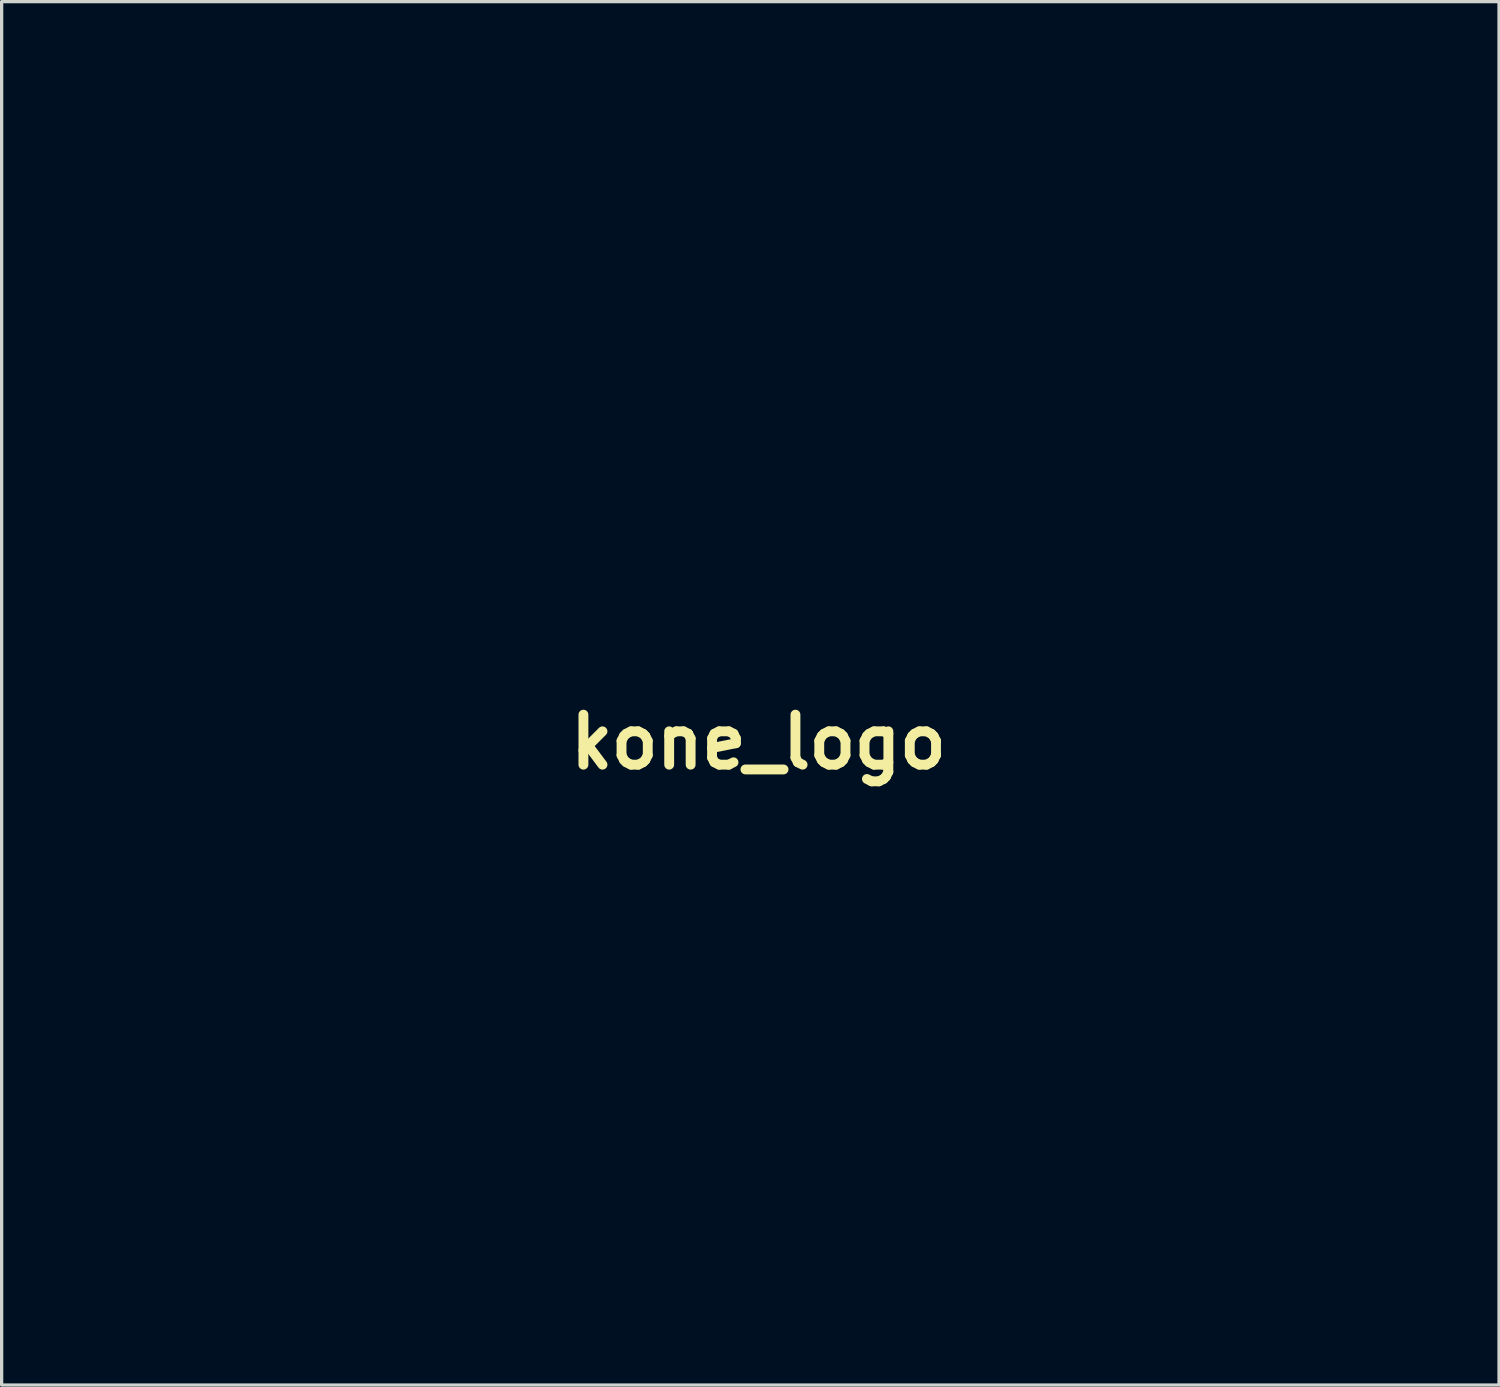
<source format=kicad_pcb>
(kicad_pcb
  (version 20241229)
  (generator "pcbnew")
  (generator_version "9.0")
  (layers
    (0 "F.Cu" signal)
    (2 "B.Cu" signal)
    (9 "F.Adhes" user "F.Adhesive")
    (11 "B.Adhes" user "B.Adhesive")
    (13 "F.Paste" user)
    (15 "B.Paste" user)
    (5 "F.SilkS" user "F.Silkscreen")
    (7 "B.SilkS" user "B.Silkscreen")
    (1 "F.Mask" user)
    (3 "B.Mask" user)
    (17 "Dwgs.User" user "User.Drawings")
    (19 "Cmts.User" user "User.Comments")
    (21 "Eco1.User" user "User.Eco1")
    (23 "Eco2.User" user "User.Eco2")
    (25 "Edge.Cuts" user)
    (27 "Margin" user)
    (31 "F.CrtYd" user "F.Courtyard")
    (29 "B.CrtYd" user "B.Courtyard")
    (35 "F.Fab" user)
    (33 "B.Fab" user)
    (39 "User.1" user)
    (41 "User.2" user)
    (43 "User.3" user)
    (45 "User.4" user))
  (footprint "kone_logo"
    (layer "F.Cu")
    (at 20.057 19.555)
    (property "Reference" "kone_logo" (at 0 0 0) (layer "F.SilkS") (effects (font (size 1.524 1.524) (thickness 0.3))))
    (attr through_hole)
    (fp_poly (pts (xy -11.345 -3.514) (xy -11.388 -3.471) (xy -11.43 -3.514) (xy -11.388 -3.556) (xy -11.345 -3.514)) (stroke (width 0.01) (type solid)) (fill no) (layer "Eco2.User"))
    (fp_poly (pts (xy 17.814 3.528) (xy 17.697 3.667) (xy 17.667 3.725) (xy 17.63 3.783) (xy 17.633 3.69) (xy 17.708 3.538) (xy 17.78 3.493) (xy 17.851 3.49) (xy 17.814 3.528)) (stroke (width 0.01) (type solid)) (fill no) (layer "Eco2.User"))
    (fp_poly (pts (xy -12.873 4.372) (xy -12.748 4.482) (xy -12.522 4.627) (xy -12.285 4.696) (xy -12.06 4.742) (xy -11.909 4.815) (xy -11.744 4.876) (xy -11.664 4.865) (xy -11.542 4.89) (xy -11.489 5.002) (xy -11.404 5.137) (xy -11.311 5.137) (xy -11.171 5.137) (xy -11.129 5.172) (xy -11.017 5.219) (xy -10.915 5.205) (xy -10.8 5.193) (xy -10.805 5.287) (xy -10.806 5.289) (xy -10.792 5.463) (xy -10.653 5.634) (xy -10.429 5.76) (xy -10.329 5.787) (xy -10.147 5.859) (xy -10.059 6.016) (xy -10.039 6.114) (xy -10.017 6.343) (xy -10.009 6.643) (xy -10.012 6.97) (xy -10.026 7.281) (xy -10.048 7.533) (xy -10.078 7.682) (xy -10.096 7.705) (xy -10.153 7.774) (xy -10.16 7.832) (xy -10.206 7.944) (xy -10.245 7.959) (xy -10.308 8.031) (xy -10.329 8.17) (xy -10.36 8.329) (xy -10.418 8.382) (xy -10.48 8.45) (xy -10.481 8.53) (xy -10.51 8.645) (xy -10.604 8.653) (xy -10.729 8.687) (xy -10.753 8.75) (xy -10.821 8.884) (xy -10.88 8.921) (xy -10.992 9.037) (xy -11.007 9.108) (xy -11.056 9.206) (xy -11.142 9.195) (xy -11.271 9.211) (xy -11.319 9.305) (xy -11.446 9.466) (xy -11.722 9.552) (xy -11.952 9.566) (xy -12.135 9.603) (xy -12.221 9.673) (xy -12.279 9.727) (xy -12.354 9.652) (xy -12.426 9.568) (xy -12.445 9.628) (xy -12.446 9.652) (xy -12.467 9.728) (xy -12.516 9.673) (xy -12.599 9.614) (xy -12.732 9.68) (xy -12.747 9.692) (xy -12.969 9.797) (xy -13.197 9.816) (xy -13.374 9.751) (xy -13.436 9.658) (xy -13.52 9.541) (xy -13.597 9.54) (xy -13.717 9.507) (xy -13.795 9.386) (xy -13.855 9.27) (xy -13.879 9.316) (xy -13.88 9.33) (xy -13.939 9.495) (xy -14.068 9.534) (xy -14.159 9.485) (xy -14.295 9.394) (xy -14.518 9.267) (xy -14.647 9.199) (xy -14.879 9.052) (xy -15.029 8.903) (xy -15.058 8.841) (xy -15.138 8.645) (xy -15.22 8.53) (xy -15.292 8.417) (xy -15.274 8.379) (xy -15.272 8.336) (xy -15.362 8.252) (xy -15.45 8.161) (xy -15.426 8.128) (xy -15.344 8.057) (xy -15.325 7.959) (xy -15.364 7.821) (xy -15.42 7.789) (xy -15.464 7.748) (xy -15.409 7.662) (xy -15.348 7.522) (xy -15.403 7.416) (xy -15.459 7.299) (xy -15.408 7.242) (xy -14.328 7.242) (xy -14.283 7.465) (xy -14.197 7.732) (xy -14.07 7.897) (xy -13.889 8.008) (xy -13.669 8.106) (xy -13.503 8.161) (xy -13.48 8.164) (xy -13.338 8.234) (xy -13.311 8.266) (xy -13.167 8.36) (xy -12.914 8.416) (xy -12.609 8.431) (xy -12.308 8.402) (xy -12.068 8.329) (xy -12.05 8.319) (xy -11.885 8.174) (xy -11.814 8.053) (xy -11.696 7.899) (xy -11.597 7.849) (xy -11.456 7.737) (xy -11.43 7.633) (xy -11.39 7.466) (xy -11.34 7.405) (xy -11.283 7.289) (xy -11.292 7.236) (xy -11.275 7.11) (xy -11.235 7.08) (xy -11.199 7.015) (xy -11.281 6.944) (xy -11.39 6.803) (xy -11.471 6.574) (xy -11.483 6.515) (xy -11.544 6.294) (xy -11.629 6.185) (xy -11.649 6.181) (xy -11.78 6.125) (xy -11.952 5.989) (xy -11.973 5.969) (xy -12.204 5.808) (xy -12.5 5.758) (xy -12.528 5.757) (xy -12.789 5.734) (xy -12.997 5.676) (xy -13.027 5.66) (xy -13.148 5.619) (xy -13.306 5.65) (xy -13.547 5.763) (xy -13.618 5.801) (xy -13.893 5.977) (xy -14.038 6.131) (xy -14.055 6.189) (xy -14.1 6.348) (xy -14.145 6.396) (xy -14.2 6.511) (xy -14.188 6.575) (xy -14.194 6.734) (xy -14.259 6.884) (xy -14.327 7.043) (xy -14.328 7.242) (xy -15.408 7.242) (xy -15.401 7.234) (xy -15.36 7.155) (xy -15.46 7.053) (xy -15.565 6.954) (xy -15.53 6.882) (xy -15.498 6.861) (xy -15.422 6.773) (xy -15.45 6.628) (xy -15.476 6.568) (xy -15.532 6.413) (xy -15.484 6.357) (xy -15.365 6.35) (xy -15.191 6.319) (xy -15.173 6.222) (xy -15.261 6.101) (xy -15.31 6.029) (xy -15.271 6.04) (xy -15.157 6.034) (xy -15.055 5.947) (xy -15.026 5.841) (xy -15.043 5.813) (xy -15.034 5.762) (xy -15 5.757) (xy -14.927 5.685) (xy -14.901 5.537) (xy -14.874 5.379) (xy -14.783 5.362) (xy -14.774 5.365) (xy -14.671 5.352) (xy -14.647 5.237) (xy -14.611 5.107) (xy -14.478 5.105) (xy -14.337 5.098) (xy -14.309 5.021) (xy -14.256 4.932) (xy -14.171 4.945) (xy -13.994 4.945) (xy -13.924 4.908) (xy -13.804 4.867) (xy -13.766 4.899) (xy -13.662 4.934) (xy -13.506 4.881) (xy -13.362 4.775) (xy -13.294 4.65) (xy -13.293 4.643) (xy -13.243 4.542) (xy -13.123 4.547) (xy -12.987 4.543) (xy -12.954 4.44) (xy -12.94 4.351) (xy -12.873 4.372)) (stroke (width 0.01) (type solid)) (fill no) (layer "Eco2.User"))
    (fp_poly (pts (xy 0.66 -19.512) (xy 0.772 -19.465) (xy 0.991 -19.44) (xy 1.253 -19.436) (xy 1.498 -19.455) (xy 1.661 -19.496) (xy 1.67 -19.501) (xy 1.768 -19.483) (xy 1.82 -19.39) (xy 1.905 -19.244) (xy 2.001 -19.239) (xy 2.052 -19.322) (xy 2.152 -19.384) (xy 2.355 -19.406) (xy 2.604 -19.393) (xy 2.837 -19.348) (xy 2.996 -19.276) (xy 3.016 -19.255) (xy 3.111 -19.177) (xy 3.205 -19.246) (xy 3.342 -19.317) (xy 3.535 -19.324) (xy 3.713 -19.277) (xy 3.807 -19.185) (xy 3.81 -19.164) (xy 3.844 -19.088) (xy 3.971 -19.13) (xy 4.111 -19.169) (xy 4.184 -19.081) (xy 4.261 -18.996) (xy 4.34 -19.033) (xy 4.483 -19.065) (xy 4.72 -18.986) (xy 4.749 -18.972) (xy 5.04 -18.874) (xy 5.342 -18.834) (xy 5.369 -18.834) (xy 5.585 -18.825) (xy 5.716 -18.788) (xy 5.726 -18.778) (xy 5.834 -18.726) (xy 5.969 -18.711) (xy 6.147 -18.679) (xy 6.224 -18.625) (xy 6.328 -18.578) (xy 6.36 -18.591) (xy 6.471 -18.581) (xy 6.677 -18.512) (xy 6.926 -18.405) (xy 7.167 -18.286) (xy 7.346 -18.177) (xy 7.408 -18.12) (xy 7.515 -18.051) (xy 7.706 -17.991) (xy 7.933 -17.894) (xy 8.168 -17.725) (xy 8.206 -17.689) (xy 8.382 -17.533) (xy 8.517 -17.447) (xy 8.543 -17.441) (xy 8.627 -17.371) (xy 8.741 -17.191) (xy 8.803 -17.065) (xy 8.921 -16.833) (xy 9.027 -16.671) (xy 9.065 -16.634) (xy 9.119 -16.518) (xy 9.106 -16.448) (xy 9.112 -16.278) (xy 9.154 -16.202) (xy 9.209 -16.039) (xy 9.205 -15.805) (xy 9.204 -15.8) (xy 9.197 -15.581) (xy 9.241 -15.432) (xy 9.247 -15.425) (xy 9.292 -15.277) (xy 9.267 -15.182) (xy 9.237 -15.035) (xy 9.21 -14.763) (xy 9.192 -14.411) (xy 9.186 -14.176) (xy 9.174 -13.804) (xy 9.153 -13.493) (xy 9.127 -13.282) (xy 9.109 -13.219) (xy 9.1 -13.073) (xy 9.136 -13.006) (xy 9.195 -12.892) (xy 9.187 -12.856) (xy 9.181 -12.756) (xy 9.219 -12.565) (xy 9.225 -12.542) (xy 9.264 -12.34) (xy 9.221 -12.241) (xy 9.182 -12.221) (xy 9.068 -12.131) (xy 9.113 -12.033) (xy 9.214 -11.985) (xy 9.323 -11.901) (xy 9.336 -11.721) (xy 9.331 -11.682) (xy 9.282 -11.487) (xy 9.22 -11.382) (xy 9.201 -11.283) (xy 9.248 -11.095) (xy 9.268 -11.042) (xy 9.337 -10.816) (xy 9.347 -10.639) (xy 9.342 -10.62) (xy 9.36 -10.469) (xy 9.427 -10.389) (xy 9.534 -10.216) (xy 9.488 -9.988) (xy 9.452 -9.923) (xy 9.441 -9.771) (xy 9.483 -9.694) (xy 9.543 -9.554) (xy 9.531 -9.492) (xy 9.55 -9.39) (xy 9.625 -9.327) (xy 9.722 -9.238) (xy 9.668 -9.121) (xy 9.664 -9.116) (xy 9.601 -8.983) (xy 9.659 -8.825) (xy 9.668 -8.812) (xy 9.779 -8.677) (xy 9.851 -8.636) (xy 9.89 -8.574) (xy 9.876 -8.512) (xy 9.879 -8.374) (xy 9.914 -8.335) (xy 9.976 -8.217) (xy 9.975 -8.14) (xy 10.005 -7.982) (xy 10.112 -7.774) (xy 10.14 -7.733) (xy 10.263 -7.538) (xy 10.327 -7.393) (xy 10.329 -7.374) (xy 10.389 -7.285) (xy 10.414 -7.281) (xy 10.483 -7.211) (xy 10.499 -7.117) (xy 10.538 -6.955) (xy 10.583 -6.9) (xy 10.65 -6.783) (xy 10.668 -6.652) (xy 10.72 -6.451) (xy 10.795 -6.35) (xy 10.903 -6.204) (xy 10.922 -6.125) (xy 10.99 -5.993) (xy 11.049 -5.957) (xy 11.148 -5.844) (xy 11.176 -5.707) (xy 11.243 -5.505) (xy 11.345 -5.399) (xy 11.477 -5.29) (xy 11.515 -5.222) (xy 11.57 -5.124) (xy 11.708 -4.961) (xy 11.772 -4.894) (xy 11.943 -4.676) (xy 12.007 -4.487) (xy 12.005 -4.465) (xy 12.046 -4.307) (xy 12.232 -4.168) (xy 12.254 -4.157) (xy 12.47 -3.996) (xy 12.529 -3.831) (xy 12.573 -3.683) (xy 12.645 -3.641) (xy 12.801 -3.576) (xy 12.938 -3.427) (xy 13.003 -3.262) (xy 12.996 -3.204) (xy 13.031 -3.086) (xy 13.232 -2.97) (xy 13.244 -2.966) (xy 13.449 -2.861) (xy 13.574 -2.754) (xy 13.583 -2.737) (xy 13.695 -2.636) (xy 13.756 -2.625) (xy 13.863 -2.555) (xy 13.885 -2.465) (xy 13.962 -2.314) (xy 14.097 -2.251) (xy 14.272 -2.147) (xy 14.309 -2.03) (xy 14.353 -1.893) (xy 14.415 -1.861) (xy 14.54 -1.803) (xy 14.706 -1.664) (xy 14.726 -1.644) (xy 14.925 -1.493) (xy 15.086 -1.468) (xy 15.221 -1.448) (xy 15.293 -1.3) (xy 15.407 -1.119) (xy 15.6 -1.041) (xy 15.802 -0.955) (xy 15.896 -0.836) (xy 16.013 -0.703) (xy 16.234 -0.626) (xy 16.475 -0.536) (xy 16.573 -0.412) (xy 16.67 -0.277) (xy 16.753 -0.248) (xy 17.087 -0.199) (xy 17.267 -0.091) (xy 17.275 -0.079) (xy 17.38 -0.018) (xy 17.423 -0.031) (xy 17.551 -0.032) (xy 17.742 0.038) (xy 17.75 0.042) (xy 17.965 0.132) (xy 18.134 0.169) (xy 18.27 0.235) (xy 18.431 0.394) (xy 18.567 0.585) (xy 18.627 0.748) (xy 18.627 0.754) (xy 18.688 0.843) (xy 18.713 0.847) (xy 18.804 0.917) (xy 18.881 1.058) (xy 18.969 1.215) (xy 19.048 1.27) (xy 19.121 1.34) (xy 19.135 1.422) (xy 19.178 1.598) (xy 19.218 1.658) (xy 19.277 1.789) (xy 19.324 2.016) (xy 19.333 2.096) (xy 19.381 2.356) (xy 19.459 2.56) (xy 19.483 2.594) (xy 19.554 2.714) (xy 19.495 2.772) (xy 19.494 2.772) (xy 19.413 2.875) (xy 19.389 3.013) (xy 19.358 3.168) (xy 19.303 3.217) (xy 19.257 3.293) (xy 19.263 3.5) (xy 19.271 3.556) (xy 19.283 3.852) (xy 19.223 4.017) (xy 19.159 4.157) (xy 19.169 4.221) (xy 19.148 4.313) (xy 19.086 4.351) (xy 18.994 4.459) (xy 19.008 4.575) (xy 19 4.786) (xy 18.885 5.05) (xy 18.775 5.278) (xy 18.773 5.423) (xy 18.797 5.463) (xy 18.843 5.579) (xy 18.797 5.63) (xy 18.742 5.747) (xy 18.754 5.842) (xy 18.757 5.994) (xy 18.718 6.049) (xy 18.671 6.161) (xy 18.685 6.234) (xy 18.675 6.383) (xy 18.627 6.434) (xy 18.544 6.56) (xy 18.497 6.768) (xy 18.497 6.768) (xy 18.437 7.012) (xy 18.334 7.192) (xy 18.246 7.327) (xy 18.292 7.411) (xy 18.295 7.413) (xy 18.342 7.49) (xy 18.253 7.582) (xy 18.169 7.687) (xy 18.193 7.74) (xy 18.217 7.841) (xy 18.163 8.011) (xy 18.056 8.188) (xy 17.934 8.307) (xy 17.87 8.396) (xy 17.919 8.47) (xy 17.953 8.607) (xy 17.901 8.797) (xy 17.794 8.97) (xy 17.665 9.058) (xy 17.647 9.059) (xy 17.538 9.129) (xy 17.513 9.207) (xy 17.497 9.409) (xy 17.492 9.476) (xy 17.414 9.602) (xy 17.356 9.631) (xy 17.135 9.696) (xy 17.047 9.746) (xy 17.06 9.81) (xy 17.099 9.859) (xy 17.156 10.01) (xy 17.106 10.155) (xy 17.049 10.288) (xy 17.053 10.329) (xy 17.031 10.383) (xy 16.923 10.514) (xy 16.898 10.541) (xy 16.737 10.686) (xy 16.608 10.752) (xy 16.6 10.753) (xy 16.537 10.817) (xy 16.552 10.922) (xy 16.548 11.086) (xy 16.469 11.145) (xy 16.372 11.242) (xy 16.373 11.309) (xy 16.34 11.408) (xy 16.23 11.446) (xy 16.08 11.516) (xy 16.036 11.599) (xy 16.024 11.787) (xy 16.015 11.917) (xy 15.958 12.066) (xy 15.793 12.107) (xy 15.64 12.142) (xy 15.626 12.217) (xy 15.592 12.333) (xy 15.455 12.482) (xy 15.414 12.513) (xy 15.242 12.683) (xy 15.209 12.825) (xy 15.21 12.827) (xy 15.196 12.93) (xy 15.08 12.954) (xy 14.935 13.006) (xy 14.899 13.145) (xy 14.84 13.383) (xy 14.7 13.564) (xy 14.532 13.631) (xy 14.412 13.674) (xy 14.393 13.716) (xy 14.325 13.791) (xy 14.266 13.801) (xy 14.154 13.868) (xy 14.139 13.928) (xy 14.069 14.031) (xy 13.97 14.055) (xy 13.833 14.101) (xy 13.801 14.165) (xy 13.761 14.351) (xy 13.666 14.55) (xy 13.553 14.696) (xy 13.483 14.731) (xy 13.385 14.783) (xy 13.377 14.813) (xy 13.314 14.894) (xy 13.155 15.032) (xy 12.947 15.191) (xy 12.738 15.336) (xy 12.575 15.431) (xy 12.518 15.451) (xy 12.429 15.508) (xy 12.282 15.647) (xy 12.247 15.684) (xy 12.071 15.838) (xy 11.917 15.915) (xy 11.897 15.917) (xy 11.752 15.986) (xy 11.715 16.044) (xy 11.613 16.157) (xy 11.557 16.171) (xy 11.436 16.24) (xy 11.396 16.308) (xy 11.329 16.397) (xy 11.218 16.34) (xy 11.217 16.34) (xy 11.07 16.282) (xy 10.982 16.326) (xy 10.806 16.418) (xy 10.555 16.49) (xy 10.295 16.53) (xy 10.09 16.527) (xy 10.022 16.501) (xy 9.905 16.467) (xy 9.866 16.506) (xy 9.775 16.582) (xy 9.753 16.583) (xy 9.631 16.559) (xy 9.504 16.535) (xy 9.355 16.473) (xy 9.313 16.409) (xy 9.241 16.357) (xy 9.059 16.37) (xy 8.873 16.386) (xy 8.807 16.322) (xy 8.805 16.296) (xy 8.735 16.195) (xy 8.636 16.171) (xy 8.498 16.118) (xy 8.467 16.044) (xy 8.406 15.932) (xy 8.354 15.917) (xy 8.234 15.863) (xy 8.042 15.724) (xy 7.874 15.579) (xy 7.65 15.395) (xy 7.452 15.272) (xy 7.352 15.24) (xy 7.222 15.202) (xy 7.197 15.155) (xy 7.128 15.081) (xy 7.067 15.071) (xy 6.926 15.002) (xy 6.888 14.941) (xy 6.778 14.851) (xy 6.679 14.862) (xy 6.55 14.866) (xy 6.519 14.822) (xy 6.449 14.746) (xy 6.367 14.732) (xy 6.215 14.671) (xy 6.037 14.522) (xy 6.007 14.489) (xy 5.837 14.326) (xy 5.66 14.276) (xy 5.482 14.289) (xy 5.269 14.302) (xy 5.178 14.258) (xy 5.165 14.193) (xy 5.09 14.077) (xy 4.932 14.042) (xy 4.71 14.029) (xy 4.573 14.02) (xy 4.45 13.942) (xy 4.42 13.872) (xy 4.325 13.752) (xy 4.142 13.669) (xy 3.954 13.654) (xy 3.891 13.676) (xy 3.756 13.682) (xy 3.704 13.657) (xy 3.522 13.588) (xy 3.471 13.58) (xy 3.282 13.568) (xy 3.16 13.559) (xy 2.983 13.475) (xy 2.919 13.371) (xy 2.86 13.251) (xy 2.769 13.279) (xy 2.723 13.317) (xy 2.511 13.448) (xy 2.313 13.489) (xy 2.181 13.432) (xy 2.164 13.402) (xy 2.057 13.316) (xy 1.981 13.326) (xy 1.818 13.344) (xy 1.763 13.326) (xy 1.636 13.293) (xy 1.4 13.264) (xy 1.202 13.25) (xy 0.937 13.222) (xy 0.751 13.173) (xy 0.694 13.132) (xy 0.611 13.056) (xy 0.491 13.043) (xy 0.424 13.103) (xy 0.423 13.11) (xy 0.349 13.149) (xy 0.163 13.166) (xy -0.079 13.162) (xy -0.32 13.139) (xy -0.503 13.098) (xy -0.525 13.089) (xy -0.687 13.058) (xy -0.752 13.075) (xy -0.864 13.065) (xy -0.892 13.035) (xy -0.988 13.003) (xy -1.095 13.076) (xy -1.227 13.159) (xy -1.294 13.155) (xy -1.418 13.112) (xy -1.645 13.089) (xy -1.921 13.085) (xy -2.19 13.1) (xy -2.399 13.132) (xy -2.491 13.179) (xy -2.598 13.247) (xy -2.855 13.268) (xy -3.005 13.264) (xy -3.345 13.269) (xy -3.54 13.327) (xy -3.576 13.359) (xy -3.668 13.428) (xy -3.761 13.359) (xy -3.79 13.321) (xy -3.89 13.218) (xy -3.972 13.252) (xy -4.006 13.293) (xy -4.156 13.381) (xy -4.378 13.417) (xy -4.379 13.417) (xy -4.579 13.443) (xy -4.69 13.511) (xy -4.692 13.516) (xy -4.793 13.58) (xy -4.905 13.573) (xy -5.049 13.575) (xy -5.08 13.631) (xy -5.148 13.697) (xy -5.292 13.681) (xy -5.448 13.664) (xy -5.503 13.694) (xy -5.578 13.776) (xy -5.769 13.874) (xy -6.029 13.967) (xy -6.244 14.021) (xy -6.503 14.12) (xy -6.736 14.278) (xy -6.899 14.402) (xy -7.014 14.441) (xy -7.024 14.437) (xy -7.141 14.443) (xy -7.326 14.515) (xy -7.336 14.52) (xy -7.54 14.609) (xy -7.69 14.647) (xy -7.845 14.7) (xy -7.919 14.753) (xy -8.141 14.945) (xy -8.276 15.039) (xy -8.355 15.058) (xy -8.358 15.058) (xy -8.571 15.079) (xy -8.803 15.193) (xy -8.969 15.358) (xy -8.978 15.373) (xy -9.114 15.523) (xy -9.341 15.685) (xy -9.601 15.828) (xy -9.839 15.918) (xy -9.976 15.931) (xy -10.134 15.959) (xy -10.201 16.001) (xy -10.318 16.05) (xy -10.373 16.001) (xy -10.463 15.962) (xy -10.572 16.034) (xy -10.73 16.112) (xy -10.992 16.179) (xy -11.22 16.213) (xy -11.521 16.249) (xy -11.773 16.288) (xy -11.887 16.312) (xy -12.002 16.32) (xy -12.009 16.215) (xy -12.001 16.181) (xy -11.996 16.046) (xy -12.111 16.003) (xy -12.157 16.002) (xy -12.342 15.96) (xy -12.52 15.86) (xy -12.638 15.74) (xy -12.648 15.648) (xy -12.682 15.568) (xy -12.801 15.497) (xy -13.07 15.351) (xy -13.237 15.193) (xy -13.275 15.063) (xy -13.302 14.957) (xy -13.335 14.943) (xy -13.6 14.88) (xy -13.754 14.764) (xy -13.775 14.644) (xy -13.792 14.51) (xy -13.916 14.462) (xy -14.06 14.407) (xy -14.097 14.349) (xy -14.152 14.216) (xy -14.282 14.066) (xy -14.433 13.951) (xy -14.548 13.92) (xy -14.557 13.924) (xy -14.655 13.906) (xy -14.705 13.827) (xy -14.802 13.66) (xy -14.959 13.471) (xy -14.961 13.469) (xy -15.093 13.277) (xy -15.138 13.095) (xy -15.137 13.088) (xy -15.157 12.954) (xy -15.216 12.932) (xy -15.333 12.883) (xy -15.41 12.784) (xy -15.535 12.649) (xy -15.633 12.615) (xy -15.727 12.562) (xy -15.717 12.489) (xy -15.748 12.367) (xy -15.936 12.228) (xy -16.009 12.188) (xy -16.241 12.036) (xy -16.336 11.893) (xy -16.336 11.87) (xy -16.354 11.642) (xy -16.431 11.447) (xy -16.54 11.348) (xy -16.562 11.345) (xy -16.662 11.276) (xy -16.682 11.197) (xy -16.74 11.047) (xy -16.884 10.856) (xy -16.937 10.801) (xy -17.117 10.57) (xy -17.14 10.399) (xy -17.144 10.271) (xy -17.23 10.245) (xy -17.327 10.197) (xy -17.316 10.082) (xy -17.316 9.949) (xy -17.45 9.892) (xy -17.459 9.891) (xy -17.613 9.838) (xy -17.66 9.779) (xy -17.699 9.634) (xy -17.731 9.55) (xy -17.758 9.381) (xy -17.737 9.312) (xy -17.757 9.22) (xy -17.862 9.169) (xy -17.996 9.093) (xy -18 8.936) (xy -17.998 8.927) (xy -17.999 8.759) (xy -18.114 8.68) (xy -18.233 8.587) (xy -18.232 8.505) (xy -18.238 8.399) (xy -18.279 8.382) (xy -18.35 8.31) (xy -18.373 8.175) (xy -18.404 7.996) (xy -18.459 7.915) (xy -18.506 7.812) (xy -18.494 7.78) (xy -18.497 7.653) (xy -18.541 7.579) (xy -18.609 7.405) (xy -18.612 7.265) (xy -18.632 7.104) (xy -18.759 7.045) (xy -18.872 7.002) (xy -18.913 6.887) (xy -18.907 6.685) (xy -18.906 6.46) (xy -18.956 6.363) (xy -19.014 6.35) (xy -19.107 6.298) (xy -19.096 6.193) (xy -19.099 6.012) (xy -19.174 5.793) (xy -19.175 5.791) (xy -19.267 5.561) (xy -19.303 5.365) (xy -19.367 5.201) (xy -19.456 5.145) (xy -19.565 5.041) (xy -19.6 4.848) (xy -19.551 4.636) (xy -19.526 4.589) (xy -19.519 4.499) (xy -19.555 4.487) (xy -19.608 4.418) (xy -19.596 4.287) (xy -19.597 4.104) (xy -19.677 4.036) (xy -19.768 3.929) (xy -19.759 3.854) (xy -19.765 3.684) (xy -19.81 3.601) (xy -19.872 3.46) (xy -19.86 3.396) (xy -19.869 3.285) (xy -19.899 3.258) (xy -19.943 3.161) (xy -18.768 3.161) (xy -18.756 3.211) (xy -18.711 3.217) (xy -18.642 3.186) (xy -18.655 3.161) (xy -18.755 3.151) (xy -18.768 3.161) (xy -19.943 3.161) (xy -19.951 3.143) (xy -19.939 3.048) (xy -19.931 2.899) (xy -19.964 2.847) (xy -20.015 2.738) (xy -20.045 2.53) (xy -20.052 2.292) (xy -20.033 2.09) (xy -20.003 2.021) (xy -18.655 2.021) (xy -18.648 2.284) (xy -18.647 2.305) (xy -18.617 2.62) (xy -18.563 2.903) (xy -18.525 3.022) (xy -18.451 3.222) (xy -18.418 3.354) (xy -18.364 3.492) (xy -18.298 3.586) (xy -18.226 3.771) (xy -18.236 4.07) (xy -18.241 4.102) (xy -18.257 4.417) (xy -18.187 4.644) (xy -18.166 4.679) (xy -18.076 4.889) (xy -18.009 5.171) (xy -17.996 5.269) (xy -17.941 5.683) (xy -17.871 5.952) (xy -17.78 6.098) (xy -17.724 6.132) (xy -17.63 6.25) (xy -17.613 6.413) (xy -17.622 6.684) (xy -17.598 6.813) (xy -17.537 6.822) (xy -17.526 6.816) (xy -17.452 6.816) (xy -17.453 6.903) (xy -17.5 6.973) (xy -17.576 7.122) (xy -17.535 7.245) (xy -17.434 7.281) (xy -17.306 7.335) (xy -17.272 7.495) (xy -17.249 7.646) (xy -17.147 7.673) (xy -17.061 7.655) (xy -16.871 7.662) (xy -16.784 7.783) (xy -16.811 7.989) (xy -16.878 8.129) (xy -16.989 8.334) (xy -17.005 8.435) (xy -16.927 8.466) (xy -16.896 8.467) (xy -16.738 8.539) (xy -16.664 8.745) (xy -16.664 8.901) (xy -16.627 9.1) (xy -16.476 9.332) (xy -16.341 9.482) (xy -16.155 9.702) (xy -16.032 9.9) (xy -16.002 9.998) (xy -15.964 10.131) (xy -15.914 10.16) (xy -15.743 10.235) (xy -15.578 10.424) (xy -15.451 10.674) (xy -15.394 10.933) (xy -15.398 11.028) (xy -15.358 11.154) (xy -15.288 11.176) (xy -15.178 11.246) (xy -15.155 11.34) (xy -15.125 11.54) (xy -15.064 11.742) (xy -14.973 11.98) (xy -14.816 11.788) (xy -14.703 11.66) (xy -14.647 11.659) (xy -14.606 11.766) (xy -14.583 11.94) (xy -14.601 12.016) (xy -14.593 12.126) (xy -14.572 12.144) (xy -14.527 12.254) (xy -14.538 12.361) (xy -14.523 12.497) (xy -14.415 12.53) (xy -14.262 12.449) (xy -14.241 12.429) (xy -14.157 12.37) (xy -14.139 12.429) (xy -14.067 12.505) (xy -13.928 12.531) (xy -13.761 12.571) (xy -13.716 12.698) (xy -13.64 12.856) (xy -13.504 12.919) (xy -13.355 12.989) (xy -13.298 13.135) (xy -13.293 13.26) (xy -13.27 13.452) (xy -13.214 13.545) (xy -13.204 13.547) (xy -13.142 13.614) (xy -13.141 13.695) (xy -13.104 13.818) (xy -12.997 13.843) (xy -12.848 13.903) (xy -12.803 13.982) (xy -12.721 14.083) (xy -12.601 14.076) (xy -12.475 14.067) (xy -12.469 14.164) (xy -12.477 14.19) (xy -12.467 14.338) (xy -12.311 14.452) (xy -12.119 14.514) (xy -11.995 14.515) (xy -11.897 14.559) (xy -11.755 14.711) (xy -11.67 14.831) (xy -11.465 15.086) (xy -11.269 15.205) (xy -11.247 15.209) (xy -10.885 15.252) (xy -10.657 15.271) (xy -10.529 15.262) (xy -10.467 15.223) (xy -10.437 15.149) (xy -10.432 15.13) (xy -10.39 15.013) (xy -10.329 15.044) (xy -10.276 15.113) (xy -10.186 15.216) (xy -10.133 15.179) (xy -10.111 15.126) (xy -10.026 15.006) (xy -9.978 14.986) (xy -9.871 14.929) (xy -9.717 14.791) (xy -9.702 14.774) (xy -9.54 14.63) (xy -9.411 14.563) (xy -9.404 14.563) (xy -9.34 14.498) (xy -9.358 14.386) (xy -9.382 14.264) (xy -9.312 14.266) (xy -9.237 14.304) (xy -9.103 14.356) (xy -9.061 14.296) (xy -9.059 14.26) (xy -9.009 14.162) (xy -8.929 14.171) (xy -8.797 14.147) (xy -8.731 14.039) (xy -8.659 13.924) (xy -8.603 13.956) (xy -8.482 14.057) (xy -8.38 14.025) (xy -8.357 13.881) (xy -8.361 13.864) (xy -8.386 13.734) (xy -8.341 13.738) (xy -8.24 13.822) (xy -8.077 13.918) (xy -7.984 13.86) (xy -7.959 13.692) (xy -7.938 13.579) (xy -7.851 13.616) (xy -7.833 13.631) (xy -7.721 13.687) (xy -7.653 13.596) (xy -7.652 13.594) (xy -7.554 13.495) (xy -7.482 13.497) (xy -7.39 13.473) (xy -7.366 13.332) (xy -7.334 13.196) (xy -7.266 13.115) (xy -7.208 13.126) (xy -7.195 13.187) (xy -7.154 13.307) (xy -7.121 13.366) (xy -7.045 13.426) (xy -6.934 13.365) (xy -6.868 13.303) (xy -6.74 13.151) (xy -6.689 13.048) (xy -6.633 12.958) (xy -6.521 12.918) (xy -6.437 12.95) (xy -6.429 12.978) (xy -6.401 12.99) (xy -6.343 12.879) (xy -6.277 12.741) (xy -6.203 12.738) (xy -6.086 12.836) (xy -5.962 12.932) (xy -5.925 12.905) (xy -5.928 12.869) (xy -5.937 12.665) (xy -5.934 12.615) (xy -5.905 12.544) (xy -5.828 12.612) (xy -5.803 12.645) (xy -5.686 12.732) (xy -5.574 12.738) (xy -5.527 12.671) (xy -5.549 12.609) (xy -5.527 12.542) (xy -5.466 12.531) (xy -5.351 12.596) (xy -5.334 12.658) (xy -5.266 12.77) (xy -5.207 12.785) (xy -5.097 12.716) (xy -5.08 12.649) (xy -5.03 12.553) (xy -4.945 12.564) (xy -4.817 12.548) (xy -4.766 12.446) (xy -4.659 12.306) (xy -4.557 12.277) (xy -4.444 12.313) (xy -4.453 12.374) (xy -4.463 12.432) (xy -4.416 12.412) (xy -4.327 12.282) (xy -4.314 12.208) (xy -4.293 12.13) (xy -4.226 12.188) (xy -4.176 12.255) (xy -4.034 12.416) (xy -3.938 12.415) (xy -3.88 12.251) (xy -3.874 12.213) (xy -3.843 11.98) (xy -3.614 12.488) (xy -3.564 12.24) (xy -3.52 12.075) (xy -3.462 12.055) (xy -3.372 12.134) (xy -3.218 12.259) (xy -3.146 12.237) (xy -3.153 12.066) (xy -3.156 12.049) (xy -3.2 11.821) (xy -3.045 12.026) (xy -2.926 12.166) (xy -2.846 12.167) (xy -2.752 12.025) (xy -2.732 11.988) (xy -2.662 11.878) (xy -2.617 11.92) (xy -2.587 12.009) (xy -2.494 12.166) (xy -2.388 12.165) (xy -2.308 12.012) (xy -2.269 11.893) (xy -2.215 11.897) (xy -2.101 12.029) (xy -2.098 12.033) (xy -1.934 12.234) (xy -1.974 11.98) (xy -1.997 11.81) (xy -1.974 11.794) (xy -1.886 11.917) (xy -1.886 11.917) (xy -1.77 12.058) (xy -1.693 12.107) (xy -1.624 12.036) (xy -1.578 11.917) (xy -1.528 11.726) (xy -1.241 12.134) (xy -1.169 11.938) (xy -1.107 11.802) (xy -1.044 11.816) (xy -0.973 11.904) (xy -0.877 12.012) (xy -0.827 11.974) (xy -0.795 11.871) (xy -0.744 11.738) (xy -0.669 11.747) (xy -0.582 11.821) (xy -0.463 11.898) (xy -0.423 11.866) (xy -0.355 11.78) (xy -0.296 11.769) (xy -0.193 11.839) (xy -0.169 11.938) (xy -0.116 12.077) (xy -0.041 12.107) (xy 0.045 12.065) (xy 0.039 11.913) (xy 0.032 11.883) (xy 0.011 11.729) (xy 0.066 11.715) (xy 0.072 11.719) (xy 0.162 11.849) (xy 0.169 11.901) (xy 0.237 12.009) (xy 0.296 12.023) (xy 0.409 11.971) (xy 0.423 11.928) (xy 0.464 11.882) (xy 0.549 11.937) (xy 0.711 12.004) (xy 0.795 11.996) (xy 0.91 12.025) (xy 0.962 12.131) (xy 1.009 12.312) (xy 1.224 12.11) (xy 1.365 11.995) (xy 1.437 11.968) (xy 1.439 11.976) (xy 1.491 11.988) (xy 1.56 11.943) (xy 1.669 11.896) (xy 1.76 11.991) (xy 1.778 12.023) (xy 1.874 12.143) (xy 1.978 12.116) (xy 1.989 12.108) (xy 2.101 12.067) (xy 2.193 12.166) (xy 2.276 12.266) (xy 2.348 12.219) (xy 2.361 12.199) (xy 2.44 12.13) (xy 2.543 12.185) (xy 2.592 12.232) (xy 2.722 12.321) (xy 2.776 12.288) (xy 2.851 12.196) (xy 2.941 12.252) (xy 2.997 12.383) (xy 3.047 12.514) (xy 3.11 12.492) (xy 3.165 12.425) (xy 3.298 12.293) (xy 3.372 12.315) (xy 3.387 12.413) (xy 3.428 12.506) (xy 3.577 12.501) (xy 3.598 12.496) (xy 3.766 12.485) (xy 3.81 12.539) (xy 3.85 12.585) (xy 3.941 12.528) (xy 4.083 12.466) (xy 4.163 12.511) (xy 4.314 12.567) (xy 4.376 12.555) (xy 4.493 12.584) (xy 4.545 12.691) (xy 4.625 12.825) (xy 4.752 12.824) (xy 4.883 12.825) (xy 4.911 12.906) (xy 4.961 13.024) (xy 5.068 13.013) (xy 5.126 12.948) (xy 5.209 12.935) (xy 5.313 13.043) (xy 5.444 13.23) (xy 5.599 13.028) (xy 5.708 12.894) (xy 5.748 12.89) (xy 5.755 13.013) (xy 5.805 13.205) (xy 5.927 13.266) (xy 6.057 13.205) (xy 6.147 13.157) (xy 6.178 13.242) (xy 6.181 13.325) (xy 6.218 13.504) (xy 6.306 13.533) (xy 6.406 13.406) (xy 6.424 13.361) (xy 6.476 13.24) (xy 6.512 13.264) (xy 6.55 13.403) (xy 6.619 13.56) (xy 6.705 13.635) (xy 6.765 13.603) (xy 6.773 13.547) (xy 6.838 13.464) (xy 6.858 13.462) (xy 6.927 13.533) (xy 6.943 13.631) (xy 7.003 13.773) (xy 7.112 13.801) (xy 7.245 13.85) (xy 7.281 14.012) (xy 7.308 14.163) (xy 7.36 14.203) (xy 7.466 14.246) (xy 7.572 14.351) (xy 7.678 14.466) (xy 7.755 14.449) (xy 7.821 14.37) (xy 7.914 14.271) (xy 7.962 14.321) (xy 7.986 14.405) (xy 8.043 14.531) (xy 8.134 14.508) (xy 8.156 14.49) (xy 8.258 14.442) (xy 8.317 14.543) (xy 8.321 14.561) (xy 8.402 14.703) (xy 8.499 14.719) (xy 8.558 14.604) (xy 8.56 14.584) (xy 8.581 14.528) (xy 8.626 14.637) (xy 8.629 14.647) (xy 8.732 14.814) (xy 8.84 14.846) (xy 8.95 14.879) (xy 8.948 14.994) (xy 8.961 15.126) (xy 9.065 15.148) (xy 9.212 15.054) (xy 9.291 15.007) (xy 9.313 15.111) (xy 9.313 15.118) (xy 9.374 15.276) (xy 9.514 15.408) (xy 9.671 15.466) (xy 9.74 15.45) (xy 9.81 15.471) (xy 9.821 15.531) (xy 9.866 15.647) (xy 9.906 15.663) (xy 9.988 15.603) (xy 9.991 15.585) (xy 10.056 15.448) (xy 10.203 15.311) (xy 10.358 15.241) (xy 10.372 15.24) (xy 10.488 15.31) (xy 10.541 15.409) (xy 10.622 15.547) (xy 10.709 15.57) (xy 10.753 15.465) (xy 10.753 15.457) (xy 10.823 15.342) (xy 10.98 15.265) (xy 11.141 15.264) (xy 11.166 15.276) (xy 11.281 15.276) (xy 11.363 15.167) (xy 11.381 15.005) (xy 11.351 14.912) (xy 11.277 14.716) (xy 11.261 14.608) (xy 11.286 14.519) (xy 11.392 14.543) (xy 11.441 14.568) (xy 11.612 14.619) (xy 11.675 14.577) (xy 11.794 14.512) (xy 11.897 14.505) (xy 12.025 14.475) (xy 12.037 14.359) (xy 12.027 14.25) (xy 12.08 14.272) (xy 12.154 14.343) (xy 12.268 14.436) (xy 12.362 14.41) (xy 12.457 14.317) (xy 12.578 14.122) (xy 12.615 13.963) (xy 12.634 13.839) (xy 12.711 13.861) (xy 12.739 13.882) (xy 12.899 13.94) (xy 13.015 13.86) (xy 13.039 13.754) (xy 13.104 13.617) (xy 13.205 13.529) (xy 13.327 13.384) (xy 13.321 13.226) (xy 13.308 13.08) (xy 13.391 13.049) (xy 13.428 13.054) (xy 13.557 13.024) (xy 13.587 12.912) (xy 13.639 12.779) (xy 13.737 12.767) (xy 13.861 12.745) (xy 13.885 12.698) (xy 13.951 12.642) (xy 14.055 12.658) (xy 14.19 12.649) (xy 14.226 12.526) (xy 14.157 12.311) (xy 14.136 12.271) (xy 14.099 12.104) (xy 14.131 11.94) (xy 14.209 11.83) (xy 14.31 11.825) (xy 14.333 11.844) (xy 14.474 11.933) (xy 14.554 11.878) (xy 14.563 11.809) (xy 14.606 11.723) (xy 14.759 11.73) (xy 14.783 11.736) (xy 14.935 11.763) (xy 14.955 11.71) (xy 14.907 11.609) (xy 14.853 11.434) (xy 14.882 11.314) (xy 14.978 11.3) (xy 15.001 11.312) (xy 15.053 11.299) (xy 15.035 11.196) (xy 15.025 11.064) (xy 15.131 11.037) (xy 15.248 10.994) (xy 15.257 10.898) (xy 15.268 10.795) (xy 15.381 10.787) (xy 15.447 10.801) (xy 15.611 10.817) (xy 15.663 10.738) (xy 15.663 10.72) (xy 15.732 10.602) (xy 15.8 10.583) (xy 15.893 10.542) (xy 15.888 10.393) (xy 15.883 10.372) (xy 15.871 10.211) (xy 15.916 10.16) (xy 15.984 10.089) (xy 16.002 9.977) (xy 16.023 9.855) (xy 16.058 9.849) (xy 16.141 9.833) (xy 16.231 9.738) (xy 16.303 9.552) (xy 16.257 9.399) (xy 16.209 9.269) (xy 16.277 9.229) (xy 16.305 9.229) (xy 16.4 9.19) (xy 16.398 9.047) (xy 16.389 9.013) (xy 16.37 8.857) (xy 16.44 8.817) (xy 16.486 8.822) (xy 16.619 8.781) (xy 16.664 8.657) (xy 16.729 8.508) (xy 16.807 8.467) (xy 16.891 8.403) (xy 16.905 8.266) (xy 16.851 8.134) (xy 16.794 8.093) (xy 16.676 7.992) (xy 16.59 7.866) (xy 16.532 7.735) (xy 16.574 7.714) (xy 16.626 7.731) (xy 16.733 7.732) (xy 16.742 7.68) (xy 16.801 7.601) (xy 16.981 7.552) (xy 16.988 7.552) (xy 17.188 7.501) (xy 17.281 7.368) (xy 17.298 7.298) (xy 17.3 7.089) (xy 17.251 6.96) (xy 17.218 6.865) (xy 17.336 6.803) (xy 17.347 6.8) (xy 17.478 6.734) (xy 17.498 6.597) (xy 17.483 6.516) (xy 17.471 6.331) (xy 17.511 6.232) (xy 17.557 6.125) (xy 17.579 5.911) (xy 17.578 5.801) (xy 17.59 5.534) (xy 17.651 5.423) (xy 17.673 5.419) (xy 17.746 5.348) (xy 17.778 5.177) (xy 17.766 4.974) (xy 17.711 4.801) (xy 17.678 4.758) (xy 17.62 4.643) (xy 17.678 4.555) (xy 17.767 4.386) (xy 17.78 4.296) (xy 17.817 4.189) (xy 17.878 4.199) (xy 17.938 4.193) (xy 17.933 4.05) (xy 17.921 3.988) (xy 17.901 3.806) (xy 17.944 3.767) (xy 17.964 3.777) (xy 18.027 3.772) (xy 18.014 3.658) (xy 18.01 3.506) (xy 18.051 3.452) (xy 18.108 3.357) (xy 18.141 3.16) (xy 18.143 3.112) (xy 18.176 2.897) (xy 18.245 2.767) (xy 18.262 2.757) (xy 18.3 2.687) (xy 18.21 2.542) (xy 18.154 2.479) (xy 17.903 2.204) (xy 17.743 2.019) (xy 17.65 1.894) (xy 17.599 1.797) (xy 17.583 1.757) (xy 17.499 1.632) (xy 17.444 1.609) (xy 17.365 1.541) (xy 17.357 1.492) (xy 17.278 1.374) (xy 17.065 1.278) (xy 16.818 1.228) (xy 16.657 1.17) (xy 16.607 1.124) (xy 16.503 1.037) (xy 16.313 0.917) (xy 16.103 0.802) (xy 15.939 0.731) (xy 15.903 0.723) (xy 15.796 0.668) (xy 15.783 0.656) (xy 15.651 0.6) (xy 15.574 0.593) (xy 15.421 0.526) (xy 15.377 0.46) (xy 15.3 0.368) (xy 15.256 0.371) (xy 15.164 0.341) (xy 15.001 0.223) (xy 14.809 0.056) (xy 14.631 -0.121) (xy 14.508 -0.27) (xy 14.478 -0.339) (xy 14.414 -0.421) (xy 14.393 -0.423) (xy 14.325 -0.494) (xy 14.309 -0.598) (xy 14.279 -0.717) (xy 14.232 -0.724) (xy 14.073 -0.71) (xy 13.923 -0.817) (xy 13.857 -0.946) (xy 13.79 -1.062) (xy 13.731 -1.067) (xy 13.636 -1.087) (xy 13.601 -1.143) (xy 13.487 -1.244) (xy 13.359 -1.271) (xy 13.17 -1.338) (xy 12.982 -1.504) (xy 12.978 -1.509) (xy 12.788 -1.684) (xy 12.566 -1.73) (xy 12.534 -1.728) (xy 12.332 -1.748) (xy 12.277 -1.829) (xy 12.345 -1.933) (xy 12.408 -1.947) (xy 12.485 -1.967) (xy 12.459 -2.05) (xy 12.386 -2.156) (xy 12.236 -2.307) (xy 12.097 -2.368) (xy 11.976 -2.447) (xy 11.911 -2.614) (xy 11.811 -2.824) (xy 11.688 -2.902) (xy 11.548 -2.998) (xy 11.515 -3.092) (xy 11.466 -3.198) (xy 11.348 -3.194) (xy 11.18 -3.208) (xy 11.057 -3.307) (xy 11.034 -3.44) (xy 11.047 -3.468) (xy 11.07 -3.596) (xy 11.04 -3.748) (xy 10.977 -3.851) (xy 10.928 -3.856) (xy 10.811 -3.858) (xy 10.642 -3.918) (xy 10.442 -4.079) (xy 10.345 -4.339) (xy 10.33 -4.547) (xy 10.272 -4.733) (xy 10.131 -4.932) (xy 10.118 -4.945) (xy 9.972 -5.145) (xy 9.906 -5.343) (xy 9.906 -5.356) (xy 9.868 -5.552) (xy 9.811 -5.649) (xy 9.731 -5.766) (xy 9.603 -5.993) (xy 9.45 -6.288) (xy 9.401 -6.385) (xy 9.254 -6.67) (xy 9.13 -6.877) (xy 9.051 -6.974) (xy 9.036 -6.976) (xy 8.99 -7.015) (xy 8.94 -7.175) (xy 8.928 -7.23) (xy 8.873 -7.429) (xy 8.808 -7.532) (xy 8.796 -7.535) (xy 8.741 -7.608) (xy 8.72 -7.768) (xy 8.69 -7.956) (xy 8.609 -8.247) (xy 8.497 -8.588) (xy 8.372 -8.929) (xy 8.251 -9.22) (xy 8.152 -9.409) (xy 8.137 -9.43) (xy 8.098 -9.567) (xy 8.169 -9.701) (xy 8.282 -9.914) (xy 8.242 -10.066) (xy 8.083 -10.161) (xy 7.915 -10.274) (xy 7.798 -10.438) (xy 7.763 -10.595) (xy 7.811 -10.68) (xy 7.848 -10.797) (xy 7.852 -11.079) (xy 7.823 -11.526) (xy 7.815 -11.614) (xy 7.785 -12.047) (xy 7.772 -12.479) (xy 7.777 -12.843) (xy 7.788 -12.983) (xy 7.807 -13.252) (xy 7.801 -13.445) (xy 7.78 -13.51) (xy 7.758 -13.609) (xy 7.785 -13.799) (xy 7.791 -13.822) (xy 7.829 -13.983) (xy 7.853 -14.156) (xy 7.869 -14.388) (xy 7.879 -14.724) (xy 7.883 -14.901) (xy 7.877 -15.165) (xy 7.865 -15.325) (xy 7.868 -15.562) (xy 7.907 -15.812) (xy 7.935 -16.011) (xy 7.882 -16.112) (xy 7.817 -16.145) (xy 7.64 -16.261) (xy 7.552 -16.356) (xy 7.417 -16.48) (xy 7.328 -16.51) (xy 7.201 -16.578) (xy 7.167 -16.634) (xy 7.073 -16.732) (xy 6.894 -16.844) (xy 6.689 -16.939) (xy 6.52 -16.989) (xy 6.453 -16.98) (xy 6.362 -16.992) (xy 6.235 -17.063) (xy 6.019 -17.162) (xy 5.865 -17.187) (xy 5.716 -17.223) (xy 5.673 -17.282) (xy 5.632 -17.327) (xy 5.546 -17.272) (xy 5.444 -17.21) (xy 5.417 -17.278) (xy 5.417 -17.283) (xy 5.372 -17.476) (xy 5.266 -17.577) (xy 5.15 -17.555) (xy 4.988 -17.494) (xy 4.784 -17.477) (xy 4.603 -17.508) (xy 4.552 -17.6) (xy 4.556 -17.638) (xy 4.561 -17.737) (xy 4.498 -17.731) (xy 4.38 -17.658) (xy 4.217 -17.579) (xy 4.123 -17.58) (xy 4.013 -17.618) (xy 3.795 -17.654) (xy 3.664 -17.668) (xy 3.389 -17.716) (xy 3.197 -17.798) (xy 3.161 -17.832) (xy 3.04 -17.917) (xy 2.896 -17.874) (xy 2.641 -17.83) (xy 2.454 -17.865) (xy 2.247 -17.907) (xy 2.113 -17.904) (xy 2.106 -17.901) (xy 1.986 -17.903) (xy 1.846 -17.958) (xy 1.692 -17.997) (xy 1.421 -18.028) (xy 1.086 -18.049) (xy 0.739 -18.057) (xy 0.433 -18.051) (xy 0.221 -18.029) (xy 0.209 -18.026) (xy 0.077 -18.042) (xy -0.102 -18.101) (xy -0.34 -18.156) (xy -0.629 -18.168) (xy -0.884 -18.136) (xy -0.982 -18.099) (xy -1.127 -18.069) (xy -1.366 -18.065) (xy -1.63 -18.082) (xy -1.847 -18.117) (xy -1.927 -18.146) (xy -2.041 -18.146) (xy -2.084 -18.082) (xy -2.191 -17.966) (xy -2.255 -17.949) (xy -2.39 -17.881) (xy -2.422 -17.83) (xy -2.514 -17.752) (xy -2.694 -17.775) (xy -2.928 -17.811) (xy -3.09 -17.801) (xy -3.282 -17.766) (xy -3.547 -17.729) (xy -3.619 -17.72) (xy -3.839 -17.681) (xy -3.966 -17.631) (xy -3.979 -17.612) (xy -4.054 -17.518) (xy -4.241 -17.45) (xy -4.484 -17.419) (xy -4.727 -17.436) (xy -4.815 -17.459) (xy -5.002 -17.48) (xy -5.126 -17.38) (xy -5.235 -17.286) (xy -5.298 -17.293) (xy -5.411 -17.309) (xy -5.453 -17.287) (xy -5.587 -17.22) (xy -5.812 -17.135) (xy -5.905 -17.104) (xy -6.122 -17.024) (xy -6.25 -16.954) (xy -6.265 -16.933) (xy -6.339 -16.89) (xy -6.517 -16.867) (xy -6.521 -16.867) (xy -6.733 -16.827) (xy -7.025 -16.73) (xy -7.279 -16.621) (xy -7.782 -16.383) (xy -7.75 -15.748) (xy -7.746 -15.395) (xy -7.768 -15.131) (xy -7.81 -15.004) (xy -7.852 -14.87) (xy -7.803 -14.796) (xy -7.713 -14.643) (xy -7.735 -14.518) (xy -7.832 -14.478) (xy -7.948 -14.427) (xy -7.927 -14.31) (xy -7.9 -14.279) (xy -7.848 -14.2) (xy -7.812 -14.067) (xy -7.79 -13.857) (xy -7.78 -13.544) (xy -7.781 -13.103) (xy -7.786 -12.73) (xy -7.818 -12.476) (xy -7.893 -12.179) (xy -7.916 -12.107) (xy -7.983 -11.874) (xy -8.002 -11.707) (xy -7.994 -11.673) (xy -8 -11.558) (xy -8.07 -11.35) (xy -8.134 -11.206) (xy -8.292 -10.714) (xy -8.335 -10.317) (xy -8.355 -10.012) (xy -8.408 -9.814) (xy -8.517 -9.662) (xy -8.577 -9.603) (xy -8.76 -9.387) (xy -8.79 -9.204) (xy -8.675 -9.026) (xy -8.594 -8.919) (xy -8.602 -8.799) (xy -8.677 -8.639) (xy -8.788 -8.465) (xy -8.884 -8.383) (xy -8.892 -8.382) (xy -8.965 -8.313) (xy -8.975 -8.255) (xy -9.042 -8.143) (xy -9.102 -8.128) (xy -9.22 -8.07) (xy -9.238 -8.022) (xy -9.249 -7.872) (xy -9.262 -7.639) (xy -9.265 -7.592) (xy -9.297 -7.369) (xy -9.357 -7.225) (xy -9.372 -7.211) (xy -9.482 -7.09) (xy -9.617 -6.876) (xy -9.739 -6.638) (xy -9.813 -6.442) (xy -9.821 -6.39) (xy -9.871 -6.291) (xy -9.915 -6.287) (xy -9.992 -6.226) (xy -10.081 -6.05) (xy -10.121 -5.937) (xy -10.308 -5.56) (xy -10.587 -5.236) (xy -10.803 -5.01) (xy -10.895 -4.841) (xy -10.894 -4.73) (xy -10.903 -4.574) (xy -11.014 -4.51) (xy -11.125 -4.452) (xy -11.085 -4.353) (xy -11.083 -4.35) (xy -11.035 -4.256) (xy -11.123 -4.233) (xy -11.242 -4.17) (xy -11.261 -4.106) (xy -11.303 -3.994) (xy -11.339 -3.979) (xy -11.411 -3.907) (xy -11.468 -3.744) (xy -11.567 -3.541) (xy -11.701 -3.427) (xy -11.888 -3.289) (xy -11.973 -3.179) (xy -12.165 -2.908) (xy -12.356 -2.798) (xy -12.398 -2.794) (xy -12.514 -2.748) (xy -12.531 -2.704) (xy -12.583 -2.655) (xy -12.62 -2.67) (xy -12.739 -2.659) (xy -12.879 -2.546) (xy -12.994 -2.384) (xy -13.039 -2.228) (xy -13.026 -2.175) (xy -13.014 -2.074) (xy -13.129 -1.992) (xy -13.246 -1.949) (xy -13.44 -1.867) (xy -13.515 -1.756) (xy -13.516 -1.561) (xy -13.514 -1.365) (xy -13.575 -1.285) (xy -13.724 -1.27) (xy -14.037 -1.233) (xy -14.2 -1.123) (xy -14.224 -1.028) (xy -14.29 -0.891) (xy -14.45 -0.739) (xy -14.478 -0.72) (xy -14.646 -0.592) (xy -14.73 -0.497) (xy -14.732 -0.487) (xy -14.8 -0.429) (xy -14.849 -0.423) (xy -14.996 -0.364) (xy -15.074 -0.292) (xy -15.209 -0.202) (xy -15.288 -0.202) (xy -15.389 -0.166) (xy -15.437 -0.072) (xy -15.495 0.044) (xy -15.609 0.028) (xy -15.657 0.003) (xy -15.79 -0.042) (xy -15.833 -0.016) (xy -15.9 0.137) (xy -16.057 0.293) (xy -16.236 0.392) (xy -16.3 0.402) (xy -16.601 0.408) (xy -16.769 0.442) (xy -16.839 0.517) (xy -16.849 0.592) (xy -16.905 0.728) (xy -16.997 0.748) (xy -17.346 0.741) (xy -17.586 0.783) (xy -17.692 0.868) (xy -17.695 0.889) (xy -17.765 0.995) (xy -17.848 1.016) (xy -17.966 1.072) (xy -18.052 1.258) (xy -18.081 1.376) (xy -18.15 1.61) (xy -18.248 1.728) (xy -18.415 1.781) (xy -18.558 1.814) (xy -18.632 1.88) (xy -18.655 2.021) (xy -20.003 2.021) (xy -19.992 1.996) (xy -19.951 1.891) (xy -19.938 1.679) (xy -19.942 1.567) (xy -19.944 1.317) (xy -19.899 1.201) (xy -19.85 1.185) (xy -19.771 1.134) (xy -19.777 0.96) (xy -19.781 0.938) (xy -19.788 0.748) (xy -19.702 0.578) (xy -19.567 0.432) (xy -19.406 0.258) (xy -19.344 0.169) (xy -16.256 0.169) (xy -16.225 0.239) (xy -16.2 0.226) (xy -16.189 0.125) (xy -16.2 0.113) (xy -16.25 0.125) (xy -16.256 0.169) (xy -19.344 0.169) (xy -19.313 0.125) (xy -19.304 0.097) (xy -19.228 -0.002) (xy -19.03 -0.068) (xy -18.836 -0.085) (xy -18.663 -0.113) (xy -18.59 -0.16) (xy -18.484 -0.223) (xy -18.279 -0.284) (xy -18.226 -0.294) (xy -17.975 -0.38) (xy -17.679 -0.534) (xy -17.516 -0.643) (xy -17.278 -0.801) (xy -17.077 -0.906) (xy -16.987 -0.931) (xy -16.772 -0.971) (xy -16.51 -1.071) (xy -16.266 -1.199) (xy -16.106 -1.326) (xy -16.087 -1.354) (xy -15.943 -1.465) (xy -15.81 -1.464) (xy -15.662 -1.475) (xy -15.491 -1.581) (xy -15.264 -1.804) (xy -15.255 -1.814) (xy -15.055 -2.017) (xy -14.894 -2.157) (xy -14.815 -2.201) (xy -14.753 -2.274) (xy -14.732 -2.413) (xy -14.689 -2.582) (xy -14.609 -2.625) (xy -14.493 -2.681) (xy -14.299 -2.83) (xy -14.064 -3.043) (xy -14.016 -3.09) (xy -13.783 -3.311) (xy -13.591 -3.475) (xy -13.474 -3.553) (xy -13.462 -3.556) (xy -13.396 -3.611) (xy -13.399 -3.631) (xy -13.364 -3.748) (xy -13.25 -3.934) (xy -13.095 -4.139) (xy -12.939 -4.31) (xy -12.821 -4.398) (xy -12.806 -4.401) (xy -12.713 -4.471) (xy -12.7 -4.533) (xy -12.643 -4.667) (xy -12.5 -4.853) (xy -12.425 -4.931) (xy -12.264 -5.116) (xy -12.179 -5.267) (xy -12.175 -5.31) (xy -12.149 -5.409) (xy -12.117 -5.419) (xy -12.029 -5.488) (xy -11.92 -5.656) (xy -11.822 -5.86) (xy -11.771 -6.038) (xy -11.769 -6.067) (xy -11.706 -6.171) (xy -11.662 -6.181) (xy -11.536 -6.25) (xy -11.411 -6.41) (xy -11.335 -6.588) (xy -11.331 -6.668) (xy -11.281 -6.756) (xy -11.201 -6.774) (xy -11.085 -6.827) (xy -11.041 -7.008) (xy -11.04 -7.031) (xy -10.985 -7.252) (xy -10.879 -7.399) (xy -10.78 -7.52) (xy -10.782 -7.598) (xy -10.765 -7.697) (xy -10.701 -7.739) (xy -10.608 -7.845) (xy -10.615 -7.919) (xy -10.597 -8.067) (xy -10.497 -8.215) (xy -10.372 -8.386) (xy -10.329 -8.519) (xy -10.292 -8.678) (xy -10.198 -8.903) (xy -10.168 -8.963) (xy -10.044 -9.245) (xy -9.93 -9.574) (xy -9.903 -9.672) (xy -9.819 -9.928) (xy -9.724 -10.12) (xy -9.683 -10.17) (xy -9.614 -10.262) (xy -9.684 -10.358) (xy -9.715 -10.383) (xy -9.817 -10.481) (xy -9.781 -10.56) (xy -9.716 -10.614) (xy -9.595 -10.765) (xy -9.567 -10.868) (xy -9.519 -10.988) (xy -9.47 -11.007) (xy -9.445 -11.057) (xy -9.525 -11.176) (xy -9.623 -11.298) (xy -9.604 -11.341) (xy -9.54 -11.345) (xy -9.446 -11.386) (xy -9.441 -11.535) (xy -9.448 -11.578) (xy -9.43 -11.835) (xy -9.326 -11.991) (xy -9.226 -12.141) (xy -9.224 -12.245) (xy -9.302 -12.393) (xy -9.35 -12.589) (xy -9.355 -12.758) (xy -9.325 -12.82) (xy -9.285 -12.925) (xy -9.276 -13.134) (xy -9.281 -13.218) (xy -9.271 -13.516) (xy -9.209 -13.794) (xy -9.194 -13.833) (xy -9.071 -14.128) (xy -9.021 -14.306) (xy -9.037 -14.403) (xy -9.107 -14.449) (xy -9.186 -14.503) (xy -9.147 -14.593) (xy -9.085 -14.665) (xy -8.985 -14.795) (xy -9.003 -14.876) (xy -9.079 -14.937) (xy -9.166 -15.052) (xy -9.152 -15.12) (xy -9.067 -15.278) (xy -9.022 -15.48) (xy -9.028 -15.651) (xy -9.063 -15.708) (xy -9.102 -15.803) (xy -9.053 -15.883) (xy -8.999 -16.017) (xy -9.062 -16.133) (xy -9.126 -16.268) (xy -9.073 -16.361) (xy -8.994 -16.52) (xy -8.975 -16.654) (xy -8.943 -16.805) (xy -8.89 -16.849) (xy -8.822 -16.92) (xy -8.805 -17.021) (xy -8.742 -17.191) (xy -8.582 -17.406) (xy -8.371 -17.616) (xy -8.155 -17.773) (xy -8.056 -17.818) (xy -7.912 -17.895) (xy -7.874 -17.957) (xy -7.804 -18.038) (xy -7.637 -18.135) (xy -7.439 -18.213) (xy -7.324 -18.239) (xy -7.104 -18.28) (xy -6.803 -18.356) (xy -6.485 -18.448) (xy -6.219 -18.538) (xy -6.096 -18.589) (xy -5.805 -18.705) (xy -5.46 -18.793) (xy -5.128 -18.84) (xy -4.878 -18.833) (xy -4.864 -18.83) (xy -4.613 -18.842) (xy -4.489 -18.921) (xy -4.336 -19.011) (xy -4.235 -19.009) (xy -4.099 -19.006) (xy -4.022 -19.05) (xy -3.888 -19.114) (xy -3.833 -19.107) (xy -3.718 -19.093) (xy -3.489 -19.102) (xy -3.24 -19.126) (xy -2.943 -19.148) (xy -2.703 -19.142) (xy -2.59 -19.117) (xy -2.456 -19.112) (xy -2.376 -19.209) (xy -2.245 -19.307) (xy -1.998 -19.387) (xy -1.692 -19.441) (xy -1.381 -19.462) (xy -1.12 -19.443) (xy -0.972 -19.387) (xy -0.871 -19.326) (xy -0.847 -19.388) (xy -0.78 -19.457) (xy -0.661 -19.444) (xy -0.476 -19.435) (xy -0.385 -19.469) (xy -0.253 -19.501) (xy -0.027 -19.491) (xy 0.059 -19.478) (xy 0.348 -19.454) (xy 0.507 -19.506) (xy 0.616 -19.55) (xy 0.66 -19.512)) (stroke (width 0.01) (type solid)) (fill no) (layer "Eco2.User")))
  (gr_rect
    (start -3 -3)
    (end 42.615 39.143)
    (stroke (width 0.1) (type default))
    (fill no)
    (layer "Edge.Cuts")))
</source>
